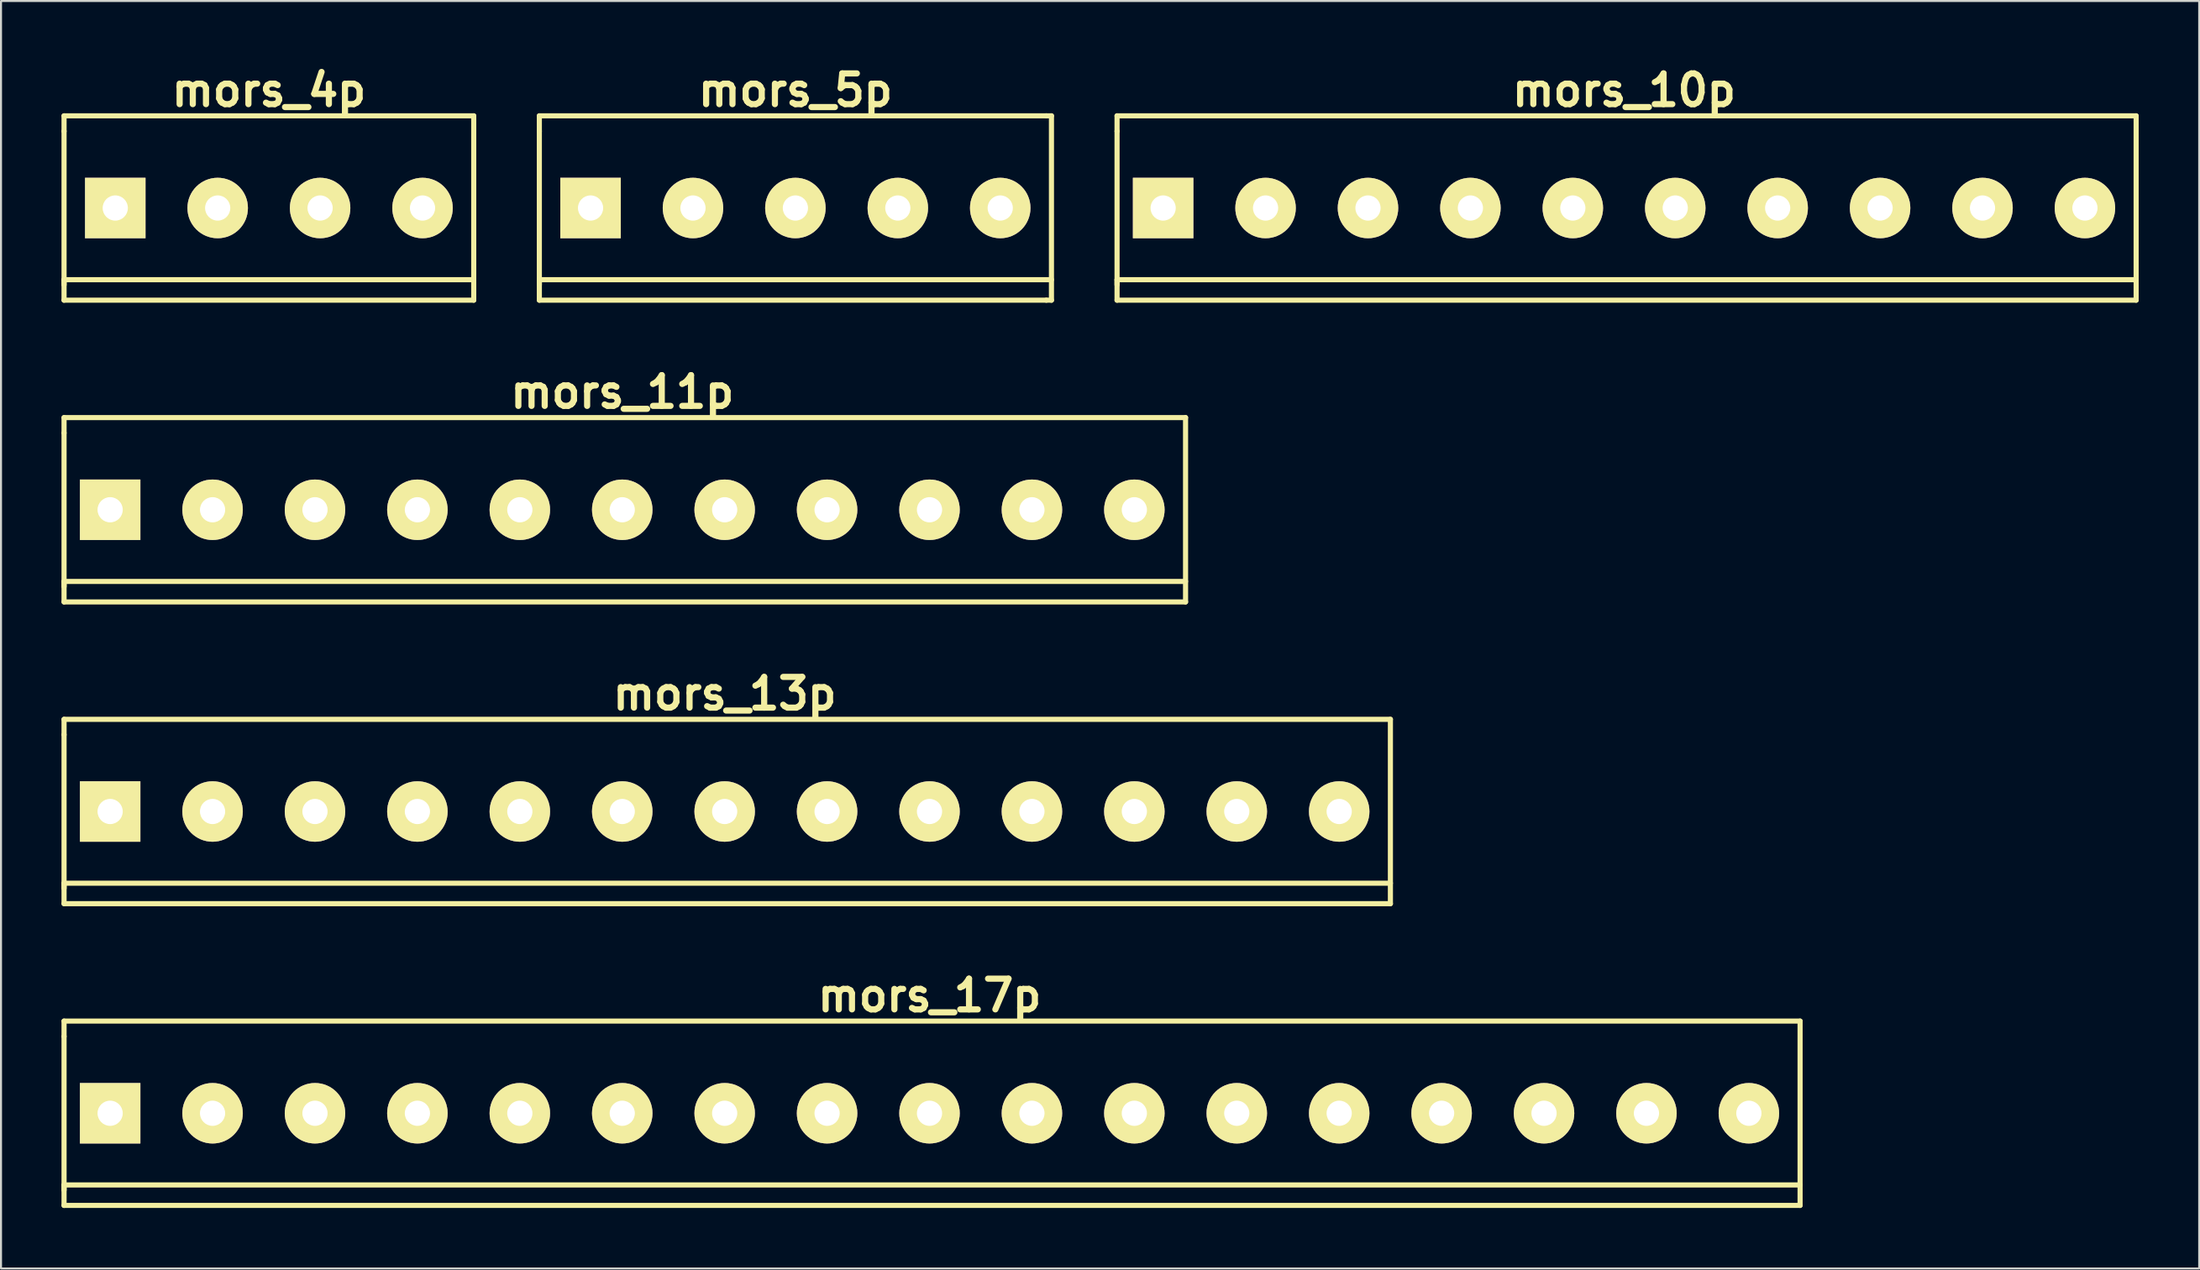
<source format=kicad_pcb>
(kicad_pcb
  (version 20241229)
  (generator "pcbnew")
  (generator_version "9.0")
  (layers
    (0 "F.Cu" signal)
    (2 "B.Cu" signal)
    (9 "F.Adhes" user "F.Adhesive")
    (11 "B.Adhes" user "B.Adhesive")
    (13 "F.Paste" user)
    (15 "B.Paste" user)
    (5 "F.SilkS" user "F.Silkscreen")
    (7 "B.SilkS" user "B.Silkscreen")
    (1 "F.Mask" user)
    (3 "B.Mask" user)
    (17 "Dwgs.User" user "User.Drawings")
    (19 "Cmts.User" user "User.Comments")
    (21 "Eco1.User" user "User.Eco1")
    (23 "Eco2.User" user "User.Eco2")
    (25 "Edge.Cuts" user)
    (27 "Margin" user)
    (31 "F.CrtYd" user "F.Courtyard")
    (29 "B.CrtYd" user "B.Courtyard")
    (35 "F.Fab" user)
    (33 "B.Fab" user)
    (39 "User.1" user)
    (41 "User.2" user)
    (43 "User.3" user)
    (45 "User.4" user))
  (footprint "mors_11p"
    (layer "F.Cu")
    (at 27.813 22.236)
    (property "Reference" "mors_11p" (at 0 -5.842 0) (layer "F.SilkS") (effects (font (size 1.524 1.524) (thickness 0.305))))
    (attr through_hole)
    (fp_line (start -27.686 -4.572) (end -27.686 -3.81) (stroke (width 0.254) (type solid)) (layer "F.SilkS"))
    (fp_line (start -27.686 3.81) (end -27.686 -3.81) (stroke (width 0.254) (type solid)) (layer "F.SilkS"))
    (fp_line (start -27.686 4.572) (end -27.686 3.556) (stroke (width 0.254) (type solid)) (layer "F.SilkS"))
    (fp_line (start -27.686 4.572) (end 27.94 4.572) (stroke (width 0.254) (type solid)) (layer "F.SilkS"))
    (fp_line (start 27.94 -4.572) (end -27.686 -4.572) (stroke (width 0.254) (type solid)) (layer "F.SilkS"))
    (fp_line (start 27.94 -4.572) (end 27.94 4.572) (stroke (width 0.254) (type solid)) (layer "F.SilkS"))
    (fp_line (start 27.94 3.556) (end -27.686 3.556) (stroke (width 0.254) (type solid)) (layer "F.SilkS"))
    (pad "1" thru_hole rect (at -25.4 0) (size 3 3) (drill 1.25) (layers "*.Cu" "*.Mask" "F.SilkS"))
    (pad "2" thru_hole circle (at -20.32 0) (size 3 3) (drill 1.25) (layers "*.Cu" "*.Mask" "F.SilkS"))
    (pad "3" thru_hole circle (at -15.24 0) (size 3 3) (drill 1.25) (layers "*.Cu" "*.Mask" "F.SilkS"))
    (pad "4" thru_hole circle (at -10.16 0) (size 3 3) (drill 1.25) (layers "*.Cu" "*.Mask" "F.SilkS"))
    (pad "5" thru_hole circle (at -5.08 0) (size 3 3) (drill 1.25) (layers "*.Cu" "*.Mask" "F.SilkS"))
    (pad "6" thru_hole circle (at 0 0) (size 3 3) (drill 1.25) (layers "*.Cu" "*.Mask" "F.SilkS"))
    (pad "7" thru_hole circle (at 5.08 0) (size 3 3) (drill 1.25) (layers "*.Cu" "*.Mask" "F.SilkS"))
    (pad "8" thru_hole circle (at 10.16 0) (size 3 3) (drill 1.25) (layers "*.Cu" "*.Mask" "F.SilkS"))
    (pad "9" thru_hole circle (at 15.24 0) (size 3 3) (drill 1.25) (layers "*.Cu" "*.Mask" "F.SilkS"))
    (pad "10" thru_hole circle (at 20.32 0) (size 3 3) (drill 1.25) (layers "*.Cu" "*.Mask" "F.SilkS"))
    (pad "11" thru_hole circle (at 25.4 0) (size 3 3) (drill 1.25) (layers "*.Cu" "*.Mask" "F.SilkS")))
  (footprint "mors_4p"
    (layer "F.Cu")
    (at 10.287 7.268)
    (property "Reference" "mors_4p" (at 0 -5.842 0) (layer "F.SilkS") (effects (font (size 1.524 1.524) (thickness 0.305))))
    (attr through_hole)
    (fp_line (start -10.16 -4.572) (end -10.16 -3.81) (stroke (width 0.254) (type solid)) (layer "F.SilkS"))
    (fp_line (start -10.16 3.556) (end 10.16 3.556) (stroke (width 0.254) (type solid)) (layer "F.SilkS"))
    (fp_line (start -10.16 3.81) (end -10.16 -3.81) (stroke (width 0.254) (type solid)) (layer "F.SilkS"))
    (fp_line (start -10.16 4.572) (end -10.16 3.556) (stroke (width 0.254) (type solid)) (layer "F.SilkS"))
    (fp_line (start 10.16 -4.572) (end -10.16 -4.572) (stroke (width 0.254) (type solid)) (layer "F.SilkS"))
    (fp_line (start 10.16 -4.572) (end 10.16 4.572) (stroke (width 0.254) (type solid)) (layer "F.SilkS"))
    (fp_line (start 10.16 4.572) (end -10.16 4.572) (stroke (width 0.254) (type solid)) (layer "F.SilkS"))
    (pad "1" thru_hole rect (at -7.62 0) (size 3 3) (drill 1.25) (layers "*.Cu" "*.Mask" "F.SilkS"))
    (pad "2" thru_hole circle (at -2.54 0) (size 3 3) (drill 1.25) (layers "*.Cu" "*.Mask" "F.SilkS"))
    (pad "3" thru_hole circle (at 2.54 0) (size 3 3) (drill 1.25) (layers "*.Cu" "*.Mask" "F.SilkS"))
    (pad "4" thru_hole circle (at 7.62 0) (size 3 3) (drill 1.25) (layers "*.Cu" "*.Mask" "F.SilkS")))
  (footprint "mors_5p"
    (layer "F.Cu")
    (at 36.401 7.268)
    (property "Reference" "mors_5p" (at 0 -5.842 0) (layer "F.SilkS") (effects (font (size 1.524 1.524) (thickness 0.305))))
    (attr through_hole)
    (fp_line (start -12.7 -4.572) (end -12.7 -3.81) (stroke (width 0.254) (type solid)) (layer "F.SilkS"))
    (fp_line (start -12.7 -4.572) (end 12.446 -4.572) (stroke (width 0.254) (type solid)) (layer "F.SilkS"))
    (fp_line (start -12.7 3.81) (end -12.7 -3.81) (stroke (width 0.254) (type solid)) (layer "F.SilkS"))
    (fp_line (start -12.7 4.572) (end -12.7 3.556) (stroke (width 0.254) (type solid)) (layer "F.SilkS"))
    (fp_line (start 12.446 3.556) (end -12.7 3.556) (stroke (width 0.254) (type solid)) (layer "F.SilkS"))
    (fp_line (start 12.446 4.572) (end -12.7 4.572) (stroke (width 0.254) (type solid)) (layer "F.SilkS"))
    (fp_line (start 12.7 -4.572) (end 12.446 -4.572) (stroke (width 0.254) (type solid)) (layer "F.SilkS"))
    (fp_line (start 12.7 -4.572) (end 12.7 4.572) (stroke (width 0.254) (type solid)) (layer "F.SilkS"))
    (fp_line (start 12.7 3.556) (end 12.446 3.556) (stroke (width 0.254) (type solid)) (layer "F.SilkS"))
    (fp_line (start 12.7 4.572) (end 12.446 4.572) (stroke (width 0.254) (type solid)) (layer "F.SilkS"))
    (pad "1" thru_hole rect (at -10.16 0) (size 3 3) (drill 1.25) (layers "*.Cu" "*.Mask" "F.SilkS"))
    (pad "2" thru_hole circle (at -5.08 0) (size 3 3) (drill 1.25) (layers "*.Cu" "*.Mask" "F.SilkS"))
    (pad "3" thru_hole circle (at 0 0) (size 3 3) (drill 1.25) (layers "*.Cu" "*.Mask" "F.SilkS"))
    (pad "4" thru_hole circle (at 5.08 0) (size 3 3) (drill 1.25) (layers "*.Cu" "*.Mask" "F.SilkS"))
    (pad "5" thru_hole circle (at 10.16 0) (size 3 3) (drill 1.25) (layers "*.Cu" "*.Mask" "F.SilkS")))
  (footprint "mors_10p"
    (layer "F.Cu")
    (at 77.501 7.268)
    (property "Reference" "mors_10p" (at 0 -5.842 0) (layer "F.SilkS") (effects (font (size 1.524 1.524) (thickness 0.305))))
    (attr through_hole)
    (fp_line (start -25.146 -4.572) (end -25.146 -3.81) (stroke (width 0.254) (type solid)) (layer "F.SilkS"))
    (fp_line (start -25.146 -4.572) (end 25.4 -4.572) (stroke (width 0.254) (type solid)) (layer "F.SilkS"))
    (fp_line (start -25.146 3.81) (end -25.146 -3.81) (stroke (width 0.254) (type solid)) (layer "F.SilkS"))
    (fp_line (start -25.146 4.572) (end -25.146 3.556) (stroke (width 0.254) (type solid)) (layer "F.SilkS"))
    (fp_line (start -25.146 4.572) (end 25.4 4.572) (stroke (width 0.254) (type solid)) (layer "F.SilkS"))
    (fp_line (start 25.4 -4.572) (end 25.4 4.572) (stroke (width 0.254) (type solid)) (layer "F.SilkS"))
    (fp_line (start 25.4 3.556) (end -25.146 3.556) (stroke (width 0.254) (type solid)) (layer "F.SilkS"))
    (pad "1" thru_hole rect (at -22.86 0) (size 3 3) (drill 1.25) (layers "*.Cu" "*.Mask" "F.SilkS"))
    (pad "2" thru_hole circle (at -17.78 0) (size 3 3) (drill 1.25) (layers "*.Cu" "*.Mask" "F.SilkS"))
    (pad "3" thru_hole circle (at -12.7 0) (size 3 3) (drill 1.25) (layers "*.Cu" "*.Mask" "F.SilkS"))
    (pad "4" thru_hole circle (at -7.62 0) (size 3 3) (drill 1.25) (layers "*.Cu" "*.Mask" "F.SilkS"))
    (pad "5" thru_hole circle (at -2.54 0) (size 3 3) (drill 1.25) (layers "*.Cu" "*.Mask" "F.SilkS"))
    (pad "6" thru_hole circle (at 2.54 0) (size 3 3) (drill 1.25) (layers "*.Cu" "*.Mask" "F.SilkS"))
    (pad "7" thru_hole circle (at 7.62 0) (size 3 3) (drill 1.25) (layers "*.Cu" "*.Mask" "F.SilkS"))
    (pad "8" thru_hole circle (at 12.7 0) (size 3 3) (drill 1.25) (layers "*.Cu" "*.Mask" "F.SilkS"))
    (pad "9" thru_hole circle (at 17.78 0) (size 3 3) (drill 1.25) (layers "*.Cu" "*.Mask" "F.SilkS"))
    (pad "10" thru_hole circle (at 22.86 0) (size 3 3) (drill 1.25) (layers "*.Cu" "*.Mask" "F.SilkS")))
  (footprint "mors_17p"
    (layer "F.Cu")
    (at 43.053 52.171)
    (property "Reference" "mors_17p" (at 0 -5.842 0) (layer "F.SilkS") (effects (font (size 1.524 1.524) (thickness 0.305))))
    (attr through_hole)
    (fp_line (start -42.926 -4.572) (end -42.926 -3.81) (stroke (width 0.254) (type solid)) (layer "F.SilkS"))
    (fp_line (start -42.926 3.81) (end -42.926 -3.81) (stroke (width 0.254) (type solid)) (layer "F.SilkS"))
    (fp_line (start -42.926 4.572) (end -42.926 3.556) (stroke (width 0.254) (type solid)) (layer "F.SilkS"))
    (fp_line (start -42.926 4.572) (end 43.18 4.572) (stroke (width 0.254) (type solid)) (layer "F.SilkS"))
    (fp_line (start 43.18 -4.572) (end -42.926 -4.572) (stroke (width 0.254) (type solid)) (layer "F.SilkS"))
    (fp_line (start 43.18 -4.572) (end 43.18 4.572) (stroke (width 0.254) (type solid)) (layer "F.SilkS"))
    (fp_line (start 43.18 3.556) (end -42.926 3.556) (stroke (width 0.254) (type solid)) (layer "F.SilkS"))
    (pad "1" thru_hole rect (at -40.64 0) (size 3 3) (drill 1.25) (layers "*.Cu" "*.Mask" "F.SilkS"))
    (pad "2" thru_hole circle (at -35.56 0) (size 3 3) (drill 1.25) (layers "*.Cu" "*.Mask" "F.SilkS"))
    (pad "3" thru_hole circle (at -30.48 0) (size 3 3) (drill 1.25) (layers "*.Cu" "*.Mask" "F.SilkS"))
    (pad "4" thru_hole circle (at -25.4 0) (size 3 3) (drill 1.25) (layers "*.Cu" "*.Mask" "F.SilkS"))
    (pad "5" thru_hole circle (at -20.32 0) (size 3 3) (drill 1.25) (layers "*.Cu" "*.Mask" "F.SilkS"))
    (pad "6" thru_hole circle (at -15.24 0) (size 3 3) (drill 1.25) (layers "*.Cu" "*.Mask" "F.SilkS"))
    (pad "7" thru_hole circle (at -10.16 0) (size 3 3) (drill 1.25) (layers "*.Cu" "*.Mask" "F.SilkS"))
    (pad "8" thru_hole circle (at -5.08 0) (size 3 3) (drill 1.25) (layers "*.Cu" "*.Mask" "F.SilkS"))
    (pad "9" thru_hole circle (at 0 0) (size 3 3) (drill 1.25) (layers "*.Cu" "*.Mask" "F.SilkS"))
    (pad "10" thru_hole circle (at 5.08 0) (size 3 3) (drill 1.25) (layers "*.Cu" "*.Mask" "F.SilkS"))
    (pad "11" thru_hole circle (at 10.16 0) (size 3 3) (drill 1.25) (layers "*.Cu" "*.Mask" "F.SilkS"))
    (pad "12" thru_hole circle (at 15.24 0) (size 3 3) (drill 1.25) (layers "*.Cu" "*.Mask" "F.SilkS"))
    (pad "13" thru_hole circle (at 20.32 0) (size 3 3) (drill 1.25) (layers "*.Cu" "*.Mask" "F.SilkS"))
    (pad "14" thru_hole circle (at 25.4 0) (size 3 3) (drill 1.25) (layers "*.Cu" "*.Mask" "F.SilkS"))
    (pad "15" thru_hole circle (at 30.48 0) (size 3 3) (drill 1.25) (layers "*.Cu" "*.Mask" "F.SilkS"))
    (pad "16" thru_hole circle (at 35.56 0) (size 3 3) (drill 1.25) (layers "*.Cu" "*.Mask" "F.SilkS"))
    (pad "17" thru_hole circle (at 40.64 0) (size 3 3) (drill 1.25) (layers "*.Cu" "*.Mask" "F.SilkS")))
  (footprint "mors_13p"
    (layer "F.Cu")
    (at 32.893 37.203)
    (property "Reference" "mors_13p" (at 0 -5.842 0) (layer "F.SilkS") (effects (font (size 1.524 1.524) (thickness 0.305))))
    (attr through_hole)
    (fp_line (start -32.766 -4.572) (end -32.766 -3.81) (stroke (width 0.254) (type solid)) (layer "F.SilkS"))
    (fp_line (start -32.766 3.81) (end -32.766 -3.81) (stroke (width 0.254) (type solid)) (layer "F.SilkS"))
    (fp_line (start -32.766 4.572) (end -32.766 3.556) (stroke (width 0.254) (type solid)) (layer "F.SilkS"))
    (fp_line (start -32.766 4.572) (end 33.02 4.572) (stroke (width 0.254) (type solid)) (layer "F.SilkS"))
    (fp_line (start 33.02 -4.572) (end -32.766 -4.572) (stroke (width 0.254) (type solid)) (layer "F.SilkS"))
    (fp_line (start 33.02 -4.572) (end 33.02 4.572) (stroke (width 0.254) (type solid)) (layer "F.SilkS"))
    (fp_line (start 33.02 3.556) (end -32.766 3.556) (stroke (width 0.254) (type solid)) (layer "F.SilkS"))
    (pad "1" thru_hole rect (at -30.48 0) (size 3 3) (drill 1.25) (layers "*.Cu" "*.Mask" "F.SilkS"))
    (pad "2" thru_hole circle (at -25.4 0) (size 3 3) (drill 1.25) (layers "*.Cu" "*.Mask" "F.SilkS"))
    (pad "3" thru_hole circle (at -20.32 0) (size 3 3) (drill 1.25) (layers "*.Cu" "*.Mask" "F.SilkS"))
    (pad "4" thru_hole circle (at -15.24 0) (size 3 3) (drill 1.25) (layers "*.Cu" "*.Mask" "F.SilkS"))
    (pad "5" thru_hole circle (at -10.16 0) (size 3 3) (drill 1.25) (layers "*.Cu" "*.Mask" "F.SilkS"))
    (pad "6" thru_hole circle (at -5.08 0) (size 3 3) (drill 1.25) (layers "*.Cu" "*.Mask" "F.SilkS"))
    (pad "7" thru_hole circle (at 0 0) (size 3 3) (drill 1.25) (layers "*.Cu" "*.Mask" "F.SilkS"))
    (pad "8" thru_hole circle (at 5.08 0) (size 3 3) (drill 1.25) (layers "*.Cu" "*.Mask" "F.SilkS"))
    (pad "9" thru_hole circle (at 10.16 0) (size 3 3) (drill 1.25) (layers "*.Cu" "*.Mask" "F.SilkS"))
    (pad "10" thru_hole circle (at 15.24 0) (size 3 3) (drill 1.25) (layers "*.Cu" "*.Mask" "F.SilkS"))
    (pad "11" thru_hole circle (at 20.32 0) (size 3 3) (drill 1.25) (layers "*.Cu" "*.Mask" "F.SilkS"))
    (pad "12" thru_hole circle (at 25.4 0) (size 3 3) (drill 1.25) (layers "*.Cu" "*.Mask" "F.SilkS"))
    (pad "13" thru_hole circle (at 30.48 0) (size 3 3) (drill 1.25) (layers "*.Cu" "*.Mask" "F.SilkS")))
  (gr_rect
    (start -3 -3)
    (end 106.028 59.87)
    (stroke (width 0.1) (type default))
    (fill no)
    (layer "Edge.Cuts")))
</source>
